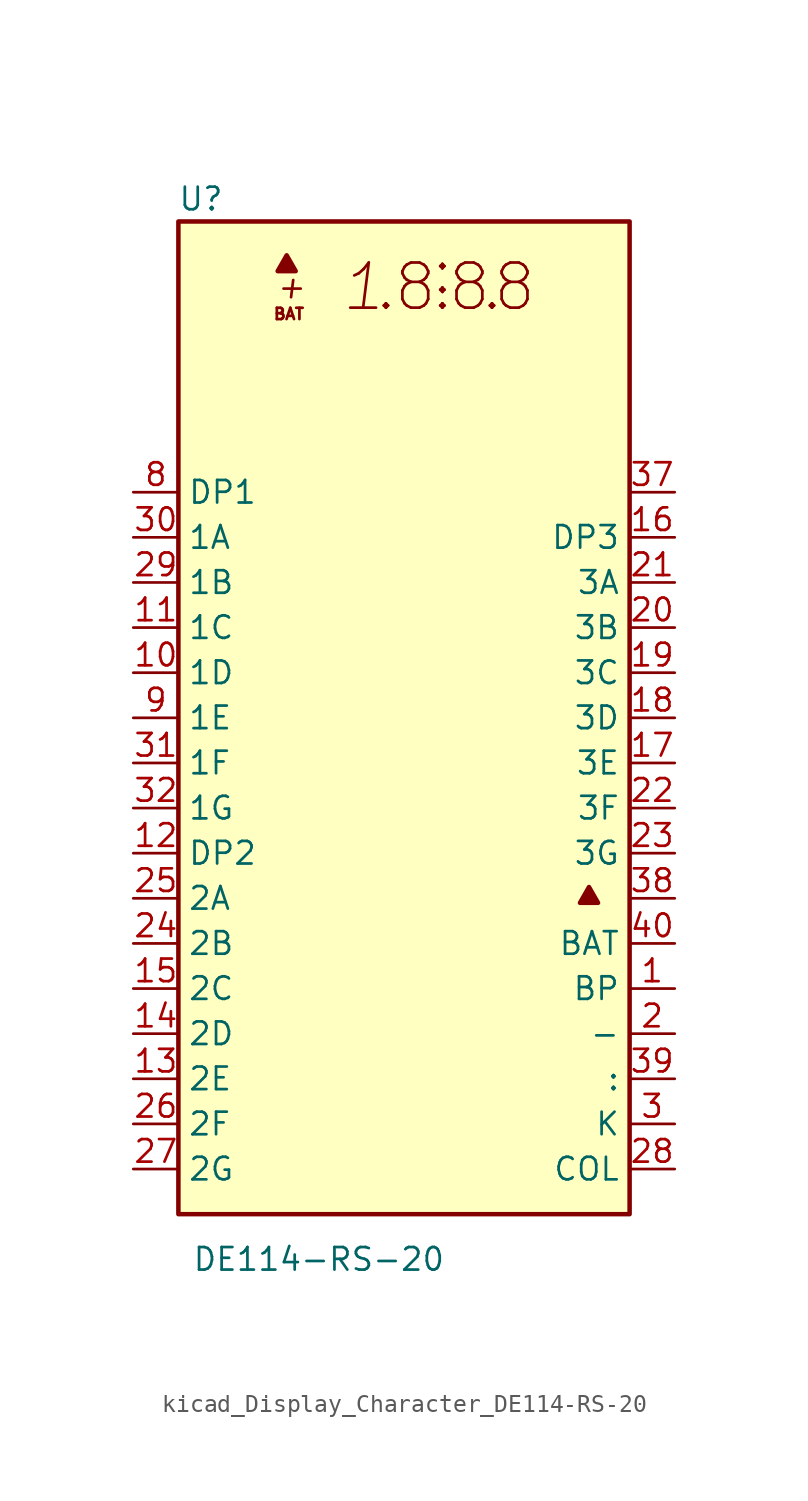
<source format=kicad_sym>
(kicad_symbol_lib
  (version 20220914)
  (generator kicad_symbol_editor)
  (symbol "kicad_Display_Character_DE114-RS-20"
    (property "Reference" "U"
      (at -11.43 29.21 0)
      (effects (font (size 1.27 1.27))))
    (property "Value" "DE114-RS-20"
      (at -11.938 -30.48 0)
      (effects (font (size 1.27 1.27)) (justify left)))
    (symbol "kicad_Display_Character_DE114-RS-20_0_0"
      (text "+" (at -6.35 24.257 0) (effects (font (size 1.27 1.27) italic)))
      (text "." (at -1.016 24.257 0) (effects (font (size 2.54 2.54))))
      (text "." (at 2.159 24.257 0) (effects (font (size 2.54 2.54))))
      (text "." (at 4.953 24.257 0) (effects (font (size 2.54 2.54))))
      (text "1" (at -2.286 24.257 0) (effects (font (size 2.54 2.54) italic)))
      (text "8" (at 0.635 24.257 0) (effects (font (size 2.54 2.54))))
      (text "8" (at 3.683 24.257 0) (effects (font (size 2.54 2.54))))
      (text "8" (at 6.223 24.257 0) (effects (font (size 2.54 2.54))))
      (text ":" (at 2.159 25.146 0) (effects (font (size 2.54 2.54))))
      (text "BAT" (at -6.477 22.733 0) (effects (font (size 0.635 0.635)))))
    (symbol "kicad_Display_Character_DE114-RS-20_0_1"
      (rectangle (start -12.7 27.94) (end 12.7 -27.94) (stroke (width 0.254) (type default)) (fill (type background)))
      (polyline (pts (xy -6.604 26.035) (xy -7.112 25.146) (xy -6.096 25.146) (xy -6.604 26.035)) (stroke (width 0.254) (type default)) (fill (type outline)))
      (polyline (pts (xy 10.414 -9.525) (xy 9.906 -10.414) (xy 10.922 -10.414) (xy 10.414 -9.525)) (stroke (width 0.254) (type default)) (fill (type outline))))
    (symbol "kicad_Display_Character_DE114-RS-20_1_1"
      (pin input line (at 15.24 -15.24 180) (length 2.54) (name "BP" (effects (font (size 1.27 1.27)))) (number "1" (effects (font (size 1.27 1.27)))))
      (pin input line (at -15.24 2.54 0) (length 2.54) (name "1D" (effects (font (size 1.27 1.27)))) (number "10" (effects (font (size 1.27 1.27)))))
      (pin input line (at -15.24 5.08 0) (length 2.54) (name "1C" (effects (font (size 1.27 1.27)))) (number "11" (effects (font (size 1.27 1.27)))))
      (pin input line (at -15.24 -7.62 0) (length 2.54) (name "DP2" (effects (font (size 1.27 1.27)))) (number "12" (effects (font (size 1.27 1.27)))))
      (pin input line (at -15.24 -20.32 0) (length 2.54) (name "2E" (effects (font (size 1.27 1.27)))) (number "13" (effects (font (size 1.27 1.27)))))
      (pin input line (at -15.24 -17.78 0) (length 2.54) (name "2D" (effects (font (size 1.27 1.27)))) (number "14" (effects (font (size 1.27 1.27)))))
      (pin input line (at -15.24 -15.24 0) (length 2.54) (name "2C" (effects (font (size 1.27 1.27)))) (number "15" (effects (font (size 1.27 1.27)))))
      (pin input line (at 15.24 10.16 180) (length 2.54) (name "DP3" (effects (font (size 1.27 1.27)))) (number "16" (effects (font (size 1.27 1.27)))))
      (pin input line (at 15.24 -2.54 180) (length 2.54) (name "3E" (effects (font (size 1.27 1.27)))) (number "17" (effects (font (size 1.27 1.27)))))
      (pin input line (at 15.24 0 180) (length 2.54) (name "3D" (effects (font (size 1.27 1.27)))) (number "18" (effects (font (size 1.27 1.27)))))
      (pin input line (at 15.24 2.54 180) (length 2.54) (name "3C" (effects (font (size 1.27 1.27)))) (number "19" (effects (font (size 1.27 1.27)))))
      (pin input line (at 15.24 -17.78 180) (length 2.54) (name "-" (effects (font (size 1.27 1.27)))) (number "2" (effects (font (size 1.27 1.27)))))
      (pin input line (at 15.24 5.08 180) (length 2.54) (name "3B" (effects (font (size 1.27 1.27)))) (number "20" (effects (font (size 1.27 1.27)))))
      (pin input line (at 15.24 7.62 180) (length 2.54) (name "3A" (effects (font (size 1.27 1.27)))) (number "21" (effects (font (size 1.27 1.27)))))
      (pin input line (at 15.24 -5.08 180) (length 2.54) (name "3F" (effects (font (size 1.27 1.27)))) (number "22" (effects (font (size 1.27 1.27)))))
      (pin input line (at 15.24 -7.62 180) (length 2.54) (name "3G" (effects (font (size 1.27 1.27)))) (number "23" (effects (font (size 1.27 1.27)))))
      (pin input line (at -15.24 -12.7 0) (length 2.54) (name "2B" (effects (font (size 1.27 1.27)))) (number "24" (effects (font (size 1.27 1.27)))))
      (pin input line (at -15.24 -10.16 0) (length 2.54) (name "2A" (effects (font (size 1.27 1.27)))) (number "25" (effects (font (size 1.27 1.27)))))
      (pin input line (at -15.24 -22.86 0) (length 2.54) (name "2F" (effects (font (size 1.27 1.27)))) (number "26" (effects (font (size 1.27 1.27)))))
      (pin input line (at -15.24 -25.4 0) (length 2.54) (name "2G" (effects (font (size 1.27 1.27)))) (number "27" (effects (font (size 1.27 1.27)))))
      (pin input line (at 15.24 -25.4 180) (length 2.54) (name "COL" (effects (font (size 1.27 1.27)))) (number "28" (effects (font (size 1.27 1.27)))))
      (pin input line (at -15.24 7.62 0) (length 2.54) (name "1B" (effects (font (size 1.27 1.27)))) (number "29" (effects (font (size 1.27 1.27)))))
      (pin input line (at 15.24 -22.86 180) (length 2.54) (name "K" (effects (font (size 1.27 1.27)))) (number "3" (effects (font (size 1.27 1.27)))))
      (pin input line (at -15.24 10.16 0) (length 2.54) (name "1A" (effects (font (size 1.27 1.27)))) (number "30" (effects (font (size 1.27 1.27)))))
      (pin input line (at -15.24 -2.54 0) (length 2.54) (name "1F" (effects (font (size 1.27 1.27)))) (number "31" (effects (font (size 1.27 1.27)))))
      (pin input line (at -15.24 -5.08 0) (length 2.54) (name "1G" (effects (font (size 1.27 1.27)))) (number "32" (effects (font (size 1.27 1.27)))))
      (pin no_connect line (at 12.7 15.24 180) (length 2.54) hide (name "NC" (effects (font (size 1.27 1.27)))) (number "33" (effects (font (size 1.27 1.27)))))
      (pin no_connect line (at 12.7 17.78 180) (length 2.54) hide (name "NC" (effects (font (size 1.27 1.27)))) (number "34" (effects (font (size 1.27 1.27)))))
      (pin no_connect line (at 12.7 20.32 180) (length 2.54) hide (name "NC" (effects (font (size 1.27 1.27)))) (number "35" (effects (font (size 1.27 1.27)))))
      (pin no_connect line (at 12.7 22.86 180) (length 2.54) hide (name "NC" (effects (font (size 1.27 1.27)))) (number "36" (effects (font (size 1.27 1.27)))))
      (pin input line (at 15.24 12.7 180) (length 2.54) (name "~" (effects (font (size 1.27 1.27)))) (number "37" (effects (font (size 1.27 1.27)))))
      (pin input line (at 15.24 -10.16 180) (length 2.54) (name "~" (effects (font (size 1.27 1.27)))) (number "38" (effects (font (size 1.27 1.27)))))
      (pin input line (at 15.24 -20.32 180) (length 2.54) (name ":" (effects (font (size 1.27 1.27)))) (number "39" (effects (font (size 1.27 1.27)))))
      (pin no_connect line (at -12.7 22.86 0) (length 2.54) hide (name "NC" (effects (font (size 1.27 1.27)))) (number "4" (effects (font (size 1.27 1.27)))))
      (pin input line (at 15.24 -12.7 180) (length 2.54) (name "BAT" (effects (font (size 1.27 1.27)))) (number "40" (effects (font (size 1.27 1.27)))))
      (pin no_connect line (at -12.7 20.32 0) (length 2.54) hide (name "NC" (effects (font (size 1.27 1.27)))) (number "5" (effects (font (size 1.27 1.27)))))
      (pin no_connect line (at -12.7 17.78 0) (length 2.54) hide (name "NC" (effects (font (size 1.27 1.27)))) (number "6" (effects (font (size 1.27 1.27)))))
      (pin no_connect line (at -12.7 15.24 0) (length 2.54) hide (name "NC" (effects (font (size 1.27 1.27)))) (number "7" (effects (font (size 1.27 1.27)))))
      (pin input line (at -15.24 12.7 0) (length 2.54) (name "DP1" (effects (font (size 1.27 1.27)))) (number "8" (effects (font (size 1.27 1.27)))))
      (pin input line (at -15.24 0 0) (length 2.54) (name "1E" (effects (font (size 1.27 1.27)))) (number "9" (effects (font (size 1.27 1.27))))))))
</source>
